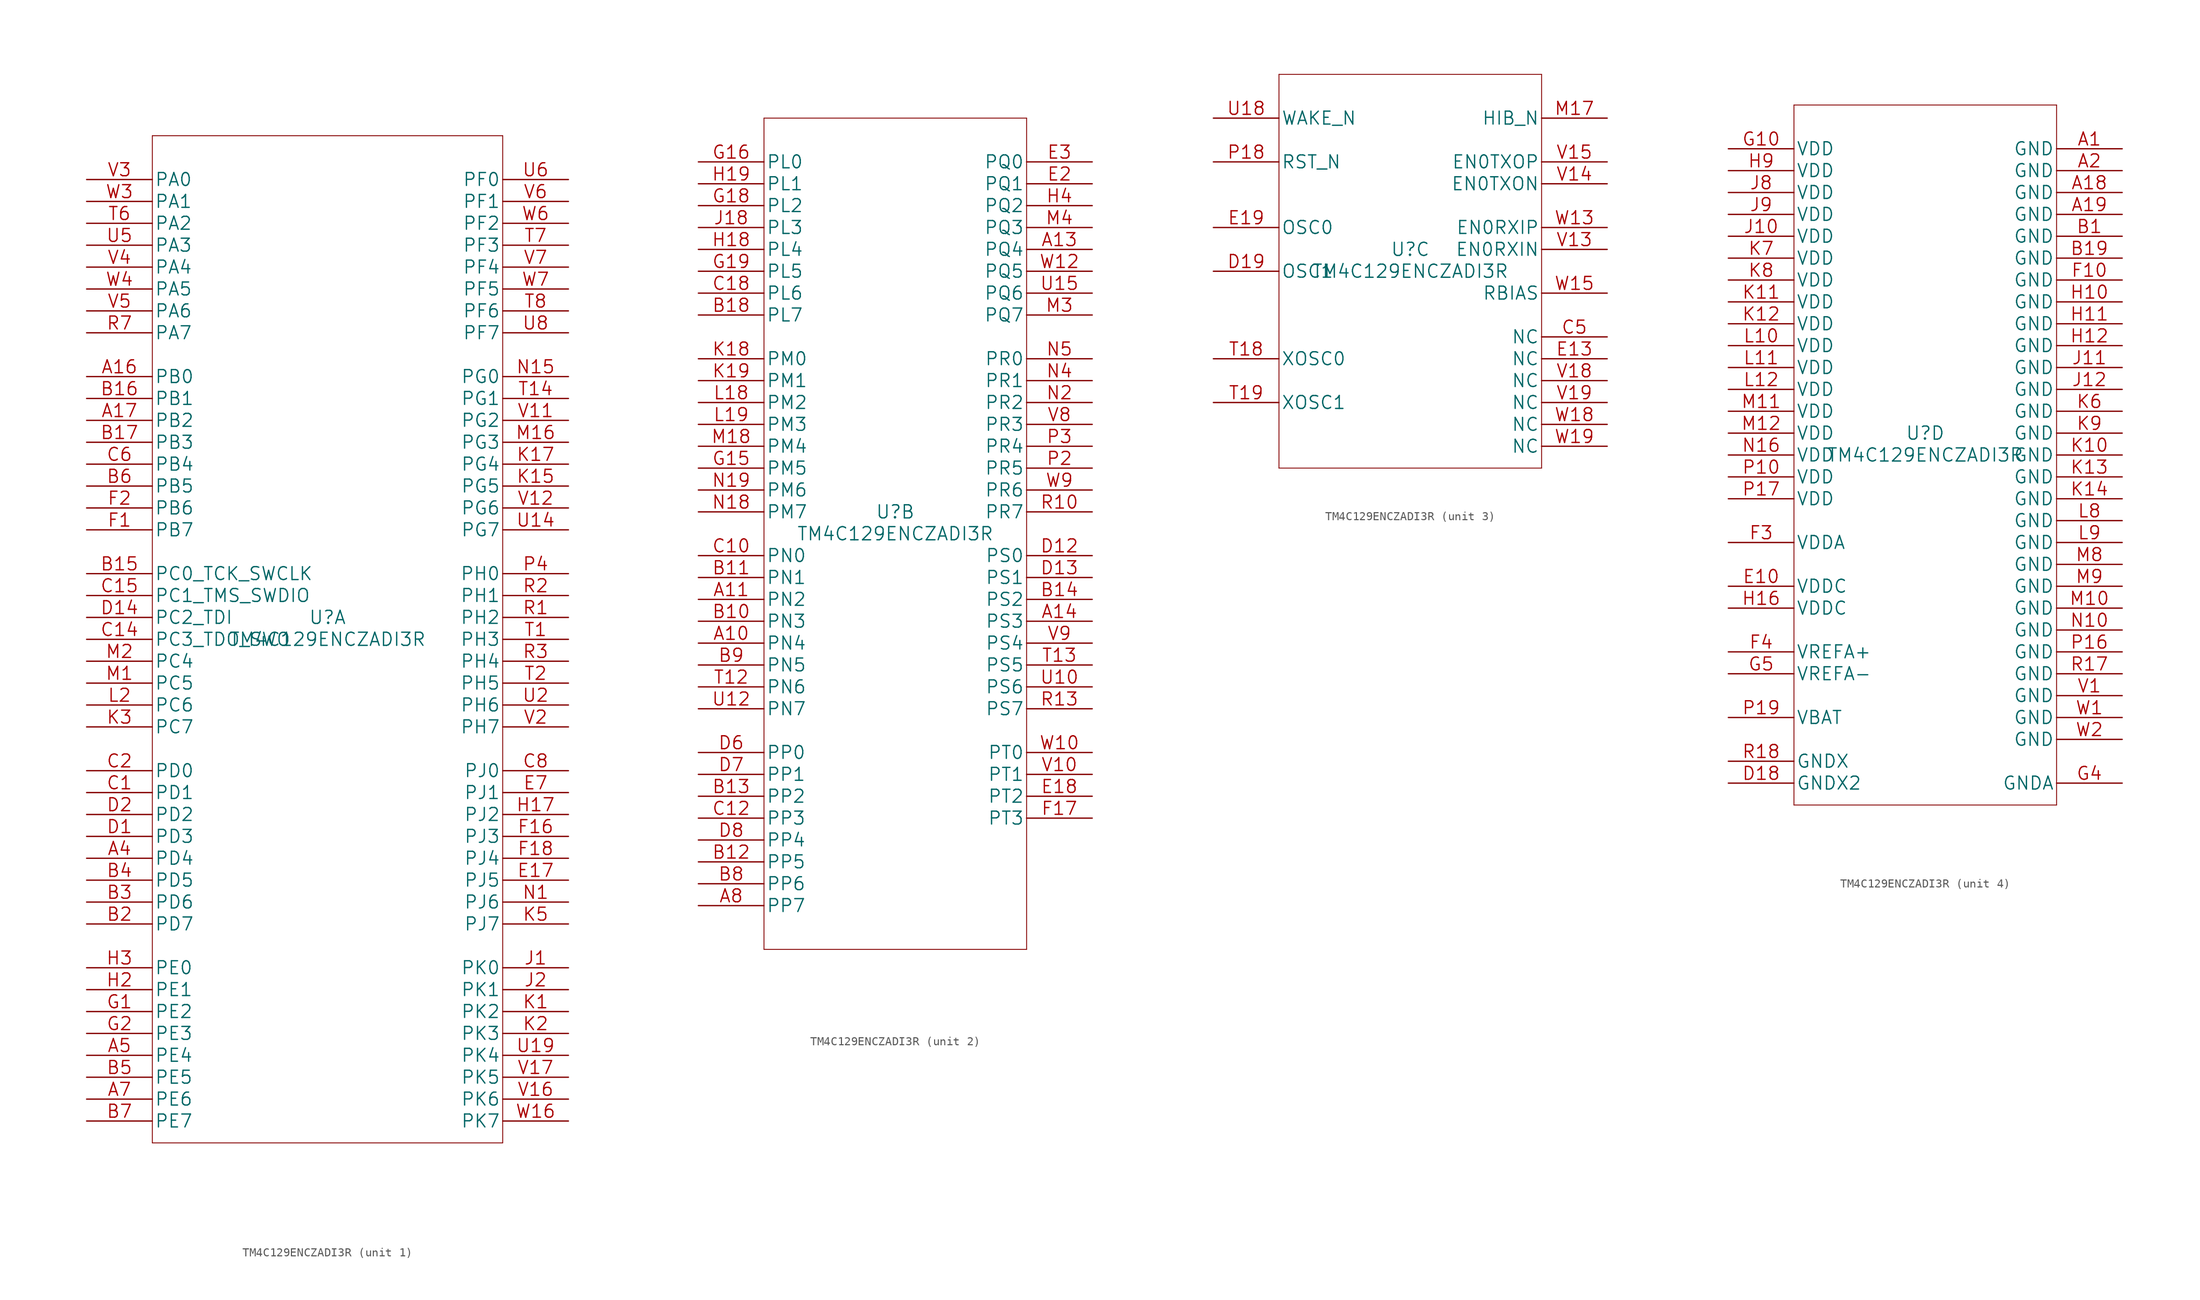
<source format=kicad_sym>
(kicad_symbol_lib
  (version 20201005)
  (generator kicad_symbol_editor)
  (symbol "TM4C129ENCZADI3R"
    (pin_names
      (offset 0.254))
    (property "Reference" "U"
      (at 0 2.54 0)
      (effects (font (size 1.524 1.524))))
    (property "Value" "TM4C129ENCZADI3R"
      (at 0 0 0)
      (effects (font (size 1.524 1.524))))
    (property "Datasheet" ""
      (at 0 0 0)
      (effects (font (size 1.524 1.524))))
    (symbol "TM4C129ENCZADI3R_1_1"
      (polyline (pts (xy -20.32 -58.42) (xy 20.32 -58.42)) (stroke (width 0.102)) (fill (type none)))
      (polyline (pts (xy -20.32 58.42) (xy -20.32 -58.42)) (stroke (width 0.102)) (fill (type none)))
      (polyline (pts (xy 20.32 -58.42) (xy 20.32 58.42)) (stroke (width 0.102)) (fill (type none)))
      (polyline (pts (xy 20.32 58.42) (xy -20.32 58.42)) (stroke (width 0.102)) (fill (type none)))
      (pin bidirectional line (at -27.94 30.48 0) (length 7.62) (name "PB0" (effects (font (size 1.499 1.499)))) (number "A16" (effects (font (size 1.499 1.499)))))
      (pin bidirectional line (at -27.94 25.4 0) (length 7.62) (name "PB2" (effects (font (size 1.499 1.499)))) (number "A17" (effects (font (size 1.499 1.499)))))
      (pin bidirectional line (at -27.94 -25.4 0) (length 7.62) (name "PD4" (effects (font (size 1.499 1.499)))) (number "A4" (effects (font (size 1.499 1.499)))))
      (pin bidirectional line (at -27.94 -48.26 0) (length 7.62) (name "PE4" (effects (font (size 1.499 1.499)))) (number "A5" (effects (font (size 1.499 1.499)))))
      (pin bidirectional line (at -27.94 -53.34 0) (length 7.62) (name "PE6" (effects (font (size 1.499 1.499)))) (number "A7" (effects (font (size 1.499 1.499)))))
      (pin bidirectional line (at -27.94 7.62 0) (length 7.62) (name "PC0_TCK_SWCLK" (effects (font (size 1.499 1.499)))) (number "B15" (effects (font (size 1.499 1.499)))))
      (pin bidirectional line (at -27.94 27.94 0) (length 7.62) (name "PB1" (effects (font (size 1.499 1.499)))) (number "B16" (effects (font (size 1.499 1.499)))))
      (pin bidirectional line (at -27.94 22.86 0) (length 7.62) (name "PB3" (effects (font (size 1.499 1.499)))) (number "B17" (effects (font (size 1.499 1.499)))))
      (pin bidirectional line (at -27.94 -33.02 0) (length 7.62) (name "PD7" (effects (font (size 1.499 1.499)))) (number "B2" (effects (font (size 1.499 1.499)))))
      (pin bidirectional line (at -27.94 -30.48 0) (length 7.62) (name "PD6" (effects (font (size 1.499 1.499)))) (number "B3" (effects (font (size 1.499 1.499)))))
      (pin bidirectional line (at -27.94 -27.94 0) (length 7.62) (name "PD5" (effects (font (size 1.499 1.499)))) (number "B4" (effects (font (size 1.499 1.499)))))
      (pin bidirectional line (at -27.94 -50.8 0) (length 7.62) (name "PE5" (effects (font (size 1.499 1.499)))) (number "B5" (effects (font (size 1.499 1.499)))))
      (pin bidirectional line (at -27.94 17.78 0) (length 7.62) (name "PB5" (effects (font (size 1.499 1.499)))) (number "B6" (effects (font (size 1.499 1.499)))))
      (pin bidirectional line (at -27.94 -55.88 0) (length 7.62) (name "PE7" (effects (font (size 1.499 1.499)))) (number "B7" (effects (font (size 1.499 1.499)))))
      (pin bidirectional line (at -27.94 -17.78 0) (length 7.62) (name "PD1" (effects (font (size 1.499 1.499)))) (number "C1" (effects (font (size 1.499 1.499)))))
      (pin bidirectional line (at -27.94 0 0) (length 7.62) (name "PC3_TDO_SWO" (effects (font (size 1.499 1.499)))) (number "C14" (effects (font (size 1.499 1.499)))))
      (pin bidirectional line (at -27.94 5.08 0) (length 7.62) (name "PC1_TMS_SWDIO" (effects (font (size 1.499 1.499)))) (number "C15" (effects (font (size 1.499 1.499)))))
      (pin bidirectional line (at -27.94 -15.24 0) (length 7.62) (name "PD0" (effects (font (size 1.499 1.499)))) (number "C2" (effects (font (size 1.499 1.499)))))
      (pin bidirectional line (at -27.94 20.32 0) (length 7.62) (name "PB4" (effects (font (size 1.499 1.499)))) (number "C6" (effects (font (size 1.499 1.499)))))
      (pin bidirectional line (at 27.94 -15.24 180) (length 7.62) (name "PJ0" (effects (font (size 1.499 1.499)))) (number "C8" (effects (font (size 1.499 1.499)))))
      (pin bidirectional line (at -27.94 -22.86 0) (length 7.62) (name "PD3" (effects (font (size 1.499 1.499)))) (number "D1" (effects (font (size 1.499 1.499)))))
      (pin bidirectional line (at -27.94 2.54 0) (length 7.62) (name "PC2_TDI" (effects (font (size 1.499 1.499)))) (number "D14" (effects (font (size 1.499 1.499)))))
      (pin bidirectional line (at -27.94 -20.32 0) (length 7.62) (name "PD2" (effects (font (size 1.499 1.499)))) (number "D2" (effects (font (size 1.499 1.499)))))
      (pin bidirectional line (at 27.94 -27.94 180) (length 7.62) (name "PJ5" (effects (font (size 1.499 1.499)))) (number "E17" (effects (font (size 1.499 1.499)))))
      (pin bidirectional line (at 27.94 -17.78 180) (length 7.62) (name "PJ1" (effects (font (size 1.499 1.499)))) (number "E7" (effects (font (size 1.499 1.499)))))
      (pin bidirectional line (at -27.94 12.7 0) (length 7.62) (name "PB7" (effects (font (size 1.499 1.499)))) (number "F1" (effects (font (size 1.499 1.499)))))
      (pin bidirectional line (at 27.94 -22.86 180) (length 7.62) (name "PJ3" (effects (font (size 1.499 1.499)))) (number "F16" (effects (font (size 1.499 1.499)))))
      (pin bidirectional line (at 27.94 -25.4 180) (length 7.62) (name "PJ4" (effects (font (size 1.499 1.499)))) (number "F18" (effects (font (size 1.499 1.499)))))
      (pin bidirectional line (at -27.94 15.24 0) (length 7.62) (name "PB6" (effects (font (size 1.499 1.499)))) (number "F2" (effects (font (size 1.499 1.499)))))
      (pin bidirectional line (at -27.94 -43.18 0) (length 7.62) (name "PE2" (effects (font (size 1.499 1.499)))) (number "G1" (effects (font (size 1.499 1.499)))))
      (pin bidirectional line (at -27.94 -45.72 0) (length 7.62) (name "PE3" (effects (font (size 1.499 1.499)))) (number "G2" (effects (font (size 1.499 1.499)))))
      (pin bidirectional line (at 27.94 -20.32 180) (length 7.62) (name "PJ2" (effects (font (size 1.499 1.499)))) (number "H17" (effects (font (size 1.499 1.499)))))
      (pin bidirectional line (at -27.94 -40.64 0) (length 7.62) (name "PE1" (effects (font (size 1.499 1.499)))) (number "H2" (effects (font (size 1.499 1.499)))))
      (pin bidirectional line (at -27.94 -38.1 0) (length 7.62) (name "PE0" (effects (font (size 1.499 1.499)))) (number "H3" (effects (font (size 1.499 1.499)))))
      (pin bidirectional line (at 27.94 -38.1 180) (length 7.62) (name "PK0" (effects (font (size 1.499 1.499)))) (number "J1" (effects (font (size 1.499 1.499)))))
      (pin bidirectional line (at 27.94 -40.64 180) (length 7.62) (name "PK1" (effects (font (size 1.499 1.499)))) (number "J2" (effects (font (size 1.499 1.499)))))
      (pin bidirectional line (at 27.94 -43.18 180) (length 7.62) (name "PK2" (effects (font (size 1.499 1.499)))) (number "K1" (effects (font (size 1.499 1.499)))))
      (pin bidirectional line (at 27.94 17.78 180) (length 7.62) (name "PG5" (effects (font (size 1.499 1.499)))) (number "K15" (effects (font (size 1.499 1.499)))))
      (pin bidirectional line (at 27.94 20.32 180) (length 7.62) (name "PG4" (effects (font (size 1.499 1.499)))) (number "K17" (effects (font (size 1.499 1.499)))))
      (pin bidirectional line (at 27.94 -45.72 180) (length 7.62) (name "PK3" (effects (font (size 1.499 1.499)))) (number "K2" (effects (font (size 1.499 1.499)))))
      (pin bidirectional line (at -27.94 -10.16 0) (length 7.62) (name "PC7" (effects (font (size 1.499 1.499)))) (number "K3" (effects (font (size 1.499 1.499)))))
      (pin bidirectional line (at 27.94 -33.02 180) (length 7.62) (name "PJ7" (effects (font (size 1.499 1.499)))) (number "K5" (effects (font (size 1.499 1.499)))))
      (pin bidirectional line (at -27.94 -7.62 0) (length 7.62) (name "PC6" (effects (font (size 1.499 1.499)))) (number "L2" (effects (font (size 1.499 1.499)))))
      (pin bidirectional line (at -27.94 -5.08 0) (length 7.62) (name "PC5" (effects (font (size 1.499 1.499)))) (number "M1" (effects (font (size 1.499 1.499)))))
      (pin bidirectional line (at 27.94 22.86 180) (length 7.62) (name "PG3" (effects (font (size 1.499 1.499)))) (number "M16" (effects (font (size 1.499 1.499)))))
      (pin bidirectional line (at -27.94 -2.54 0) (length 7.62) (name "PC4" (effects (font (size 1.499 1.499)))) (number "M2" (effects (font (size 1.499 1.499)))))
      (pin bidirectional line (at 27.94 -30.48 180) (length 7.62) (name "PJ6" (effects (font (size 1.499 1.499)))) (number "N1" (effects (font (size 1.499 1.499)))))
      (pin bidirectional line (at 27.94 30.48 180) (length 7.62) (name "PG0" (effects (font (size 1.499 1.499)))) (number "N15" (effects (font (size 1.499 1.499)))))
      (pin bidirectional line (at 27.94 7.62 180) (length 7.62) (name "PH0" (effects (font (size 1.499 1.499)))) (number "P4" (effects (font (size 1.499 1.499)))))
      (pin bidirectional line (at 27.94 2.54 180) (length 7.62) (name "PH2" (effects (font (size 1.499 1.499)))) (number "R1" (effects (font (size 1.499 1.499)))))
      (pin bidirectional line (at 27.94 5.08 180) (length 7.62) (name "PH1" (effects (font (size 1.499 1.499)))) (number "R2" (effects (font (size 1.499 1.499)))))
      (pin bidirectional line (at 27.94 -2.54 180) (length 7.62) (name "PH4" (effects (font (size 1.499 1.499)))) (number "R3" (effects (font (size 1.499 1.499)))))
      (pin bidirectional line (at -27.94 35.56 0) (length 7.62) (name "PA7" (effects (font (size 1.499 1.499)))) (number "R7" (effects (font (size 1.499 1.499)))))
      (pin bidirectional line (at 27.94 0 180) (length 7.62) (name "PH3" (effects (font (size 1.499 1.499)))) (number "T1" (effects (font (size 1.499 1.499)))))
      (pin bidirectional line (at 27.94 27.94 180) (length 7.62) (name "PG1" (effects (font (size 1.499 1.499)))) (number "T14" (effects (font (size 1.499 1.499)))))
      (pin bidirectional line (at 27.94 -5.08 180) (length 7.62) (name "PH5" (effects (font (size 1.499 1.499)))) (number "T2" (effects (font (size 1.499 1.499)))))
      (pin bidirectional line (at -27.94 48.26 0) (length 7.62) (name "PA2" (effects (font (size 1.499 1.499)))) (number "T6" (effects (font (size 1.499 1.499)))))
      (pin bidirectional line (at 27.94 45.72 180) (length 7.62) (name "PF3" (effects (font (size 1.499 1.499)))) (number "T7" (effects (font (size 1.499 1.499)))))
      (pin bidirectional line (at 27.94 38.1 180) (length 7.62) (name "PF6" (effects (font (size 1.499 1.499)))) (number "T8" (effects (font (size 1.499 1.499)))))
      (pin bidirectional line (at 27.94 12.7 180) (length 7.62) (name "PG7" (effects (font (size 1.499 1.499)))) (number "U14" (effects (font (size 1.499 1.499)))))
      (pin bidirectional line (at 27.94 -48.26 180) (length 7.62) (name "PK4" (effects (font (size 1.499 1.499)))) (number "U19" (effects (font (size 1.499 1.499)))))
      (pin bidirectional line (at 27.94 -7.62 180) (length 7.62) (name "PH6" (effects (font (size 1.499 1.499)))) (number "U2" (effects (font (size 1.499 1.499)))))
      (pin bidirectional line (at -27.94 45.72 0) (length 7.62) (name "PA3" (effects (font (size 1.499 1.499)))) (number "U5" (effects (font (size 1.499 1.499)))))
      (pin bidirectional line (at 27.94 53.34 180) (length 7.62) (name "PF0" (effects (font (size 1.499 1.499)))) (number "U6" (effects (font (size 1.499 1.499)))))
      (pin bidirectional line (at 27.94 35.56 180) (length 7.62) (name "PF7" (effects (font (size 1.499 1.499)))) (number "U8" (effects (font (size 1.499 1.499)))))
      (pin bidirectional line (at 27.94 25.4 180) (length 7.62) (name "PG2" (effects (font (size 1.499 1.499)))) (number "V11" (effects (font (size 1.499 1.499)))))
      (pin bidirectional line (at 27.94 15.24 180) (length 7.62) (name "PG6" (effects (font (size 1.499 1.499)))) (number "V12" (effects (font (size 1.499 1.499)))))
      (pin bidirectional line (at 27.94 -53.34 180) (length 7.62) (name "PK6" (effects (font (size 1.499 1.499)))) (number "V16" (effects (font (size 1.499 1.499)))))
      (pin bidirectional line (at 27.94 -50.8 180) (length 7.62) (name "PK5" (effects (font (size 1.499 1.499)))) (number "V17" (effects (font (size 1.499 1.499)))))
      (pin bidirectional line (at 27.94 -10.16 180) (length 7.62) (name "PH7" (effects (font (size 1.499 1.499)))) (number "V2" (effects (font (size 1.499 1.499)))))
      (pin bidirectional line (at -27.94 53.34 0) (length 7.62) (name "PA0" (effects (font (size 1.499 1.499)))) (number "V3" (effects (font (size 1.499 1.499)))))
      (pin bidirectional line (at -27.94 43.18 0) (length 7.62) (name "PA4" (effects (font (size 1.499 1.499)))) (number "V4" (effects (font (size 1.499 1.499)))))
      (pin bidirectional line (at -27.94 38.1 0) (length 7.62) (name "PA6" (effects (font (size 1.499 1.499)))) (number "V5" (effects (font (size 1.499 1.499)))))
      (pin bidirectional line (at 27.94 50.8 180) (length 7.62) (name "PF1" (effects (font (size 1.499 1.499)))) (number "V6" (effects (font (size 1.499 1.499)))))
      (pin bidirectional line (at 27.94 43.18 180) (length 7.62) (name "PF4" (effects (font (size 1.499 1.499)))) (number "V7" (effects (font (size 1.499 1.499)))))
      (pin bidirectional line (at 27.94 -55.88 180) (length 7.62) (name "PK7" (effects (font (size 1.499 1.499)))) (number "W16" (effects (font (size 1.499 1.499)))))
      (pin bidirectional line (at -27.94 50.8 0) (length 7.62) (name "PA1" (effects (font (size 1.499 1.499)))) (number "W3" (effects (font (size 1.499 1.499)))))
      (pin bidirectional line (at -27.94 40.64 0) (length 7.62) (name "PA5" (effects (font (size 1.499 1.499)))) (number "W4" (effects (font (size 1.499 1.499)))))
      (pin bidirectional line (at 27.94 48.26 180) (length 7.62) (name "PF2" (effects (font (size 1.499 1.499)))) (number "W6" (effects (font (size 1.499 1.499)))))
      (pin bidirectional line (at 27.94 40.64 180) (length 7.62) (name "PF5" (effects (font (size 1.499 1.499)))) (number "W7" (effects (font (size 1.499 1.499))))))
    (symbol "TM4C129ENCZADI3R_2_1"
      (polyline (pts (xy -15.24 -48.26) (xy 15.24 -48.26)) (stroke (width 0.102)) (fill (type none)))
      (polyline (pts (xy -15.24 48.26) (xy -15.24 -48.26)) (stroke (width 0.102)) (fill (type none)))
      (polyline (pts (xy 15.24 -48.26) (xy 15.24 48.26)) (stroke (width 0.102)) (fill (type none)))
      (polyline (pts (xy 15.24 48.26) (xy -15.24 48.26)) (stroke (width 0.102)) (fill (type none)))
      (pin bidirectional line (at -22.86 -12.7 0) (length 7.62) (name "PN4" (effects (font (size 1.499 1.499)))) (number "A10" (effects (font (size 1.499 1.499)))))
      (pin bidirectional line (at -22.86 -7.62 0) (length 7.62) (name "PN2" (effects (font (size 1.499 1.499)))) (number "A11" (effects (font (size 1.499 1.499)))))
      (pin bidirectional line (at 22.86 33.02 180) (length 7.62) (name "PQ4" (effects (font (size 1.499 1.499)))) (number "A13" (effects (font (size 1.499 1.499)))))
      (pin bidirectional line (at 22.86 -10.16 180) (length 7.62) (name "PS3" (effects (font (size 1.499 1.499)))) (number "A14" (effects (font (size 1.499 1.499)))))
      (pin bidirectional line (at -22.86 -43.18 0) (length 7.62) (name "PP7" (effects (font (size 1.499 1.499)))) (number "A8" (effects (font (size 1.499 1.499)))))
      (pin bidirectional line (at -22.86 -10.16 0) (length 7.62) (name "PN3" (effects (font (size 1.499 1.499)))) (number "B10" (effects (font (size 1.499 1.499)))))
      (pin bidirectional line (at -22.86 -5.08 0) (length 7.62) (name "PN1" (effects (font (size 1.499 1.499)))) (number "B11" (effects (font (size 1.499 1.499)))))
      (pin bidirectional line (at -22.86 -38.1 0) (length 7.62) (name "PP5" (effects (font (size 1.499 1.499)))) (number "B12" (effects (font (size 1.499 1.499)))))
      (pin bidirectional line (at -22.86 -30.48 0) (length 7.62) (name "PP2" (effects (font (size 1.499 1.499)))) (number "B13" (effects (font (size 1.499 1.499)))))
      (pin bidirectional line (at 22.86 -7.62 180) (length 7.62) (name "PS2" (effects (font (size 1.499 1.499)))) (number "B14" (effects (font (size 1.499 1.499)))))
      (pin bidirectional line (at -22.86 25.4 0) (length 7.62) (name "PL7" (effects (font (size 1.499 1.499)))) (number "B18" (effects (font (size 1.499 1.499)))))
      (pin bidirectional line (at -22.86 -40.64 0) (length 7.62) (name "PP6" (effects (font (size 1.499 1.499)))) (number "B8" (effects (font (size 1.499 1.499)))))
      (pin bidirectional line (at -22.86 -15.24 0) (length 7.62) (name "PN5" (effects (font (size 1.499 1.499)))) (number "B9" (effects (font (size 1.499 1.499)))))
      (pin bidirectional line (at -22.86 -2.54 0) (length 7.62) (name "PN0" (effects (font (size 1.499 1.499)))) (number "C10" (effects (font (size 1.499 1.499)))))
      (pin bidirectional line (at -22.86 -33.02 0) (length 7.62) (name "PP3" (effects (font (size 1.499 1.499)))) (number "C12" (effects (font (size 1.499 1.499)))))
      (pin bidirectional line (at -22.86 27.94 0) (length 7.62) (name "PL6" (effects (font (size 1.499 1.499)))) (number "C18" (effects (font (size 1.499 1.499)))))
      (pin bidirectional line (at 22.86 -2.54 180) (length 7.62) (name "PS0" (effects (font (size 1.499 1.499)))) (number "D12" (effects (font (size 1.499 1.499)))))
      (pin bidirectional line (at 22.86 -5.08 180) (length 7.62) (name "PS1" (effects (font (size 1.499 1.499)))) (number "D13" (effects (font (size 1.499 1.499)))))
      (pin bidirectional line (at -22.86 -25.4 0) (length 7.62) (name "PP0" (effects (font (size 1.499 1.499)))) (number "D6" (effects (font (size 1.499 1.499)))))
      (pin bidirectional line (at -22.86 -27.94 0) (length 7.62) (name "PP1" (effects (font (size 1.499 1.499)))) (number "D7" (effects (font (size 1.499 1.499)))))
      (pin bidirectional line (at -22.86 -35.56 0) (length 7.62) (name "PP4" (effects (font (size 1.499 1.499)))) (number "D8" (effects (font (size 1.499 1.499)))))
      (pin bidirectional line (at 22.86 -30.48 180) (length 7.62) (name "PT2" (effects (font (size 1.499 1.499)))) (number "E18" (effects (font (size 1.499 1.499)))))
      (pin bidirectional line (at 22.86 40.64 180) (length 7.62) (name "PQ1" (effects (font (size 1.499 1.499)))) (number "E2" (effects (font (size 1.499 1.499)))))
      (pin bidirectional line (at 22.86 43.18 180) (length 7.62) (name "PQ0" (effects (font (size 1.499 1.499)))) (number "E3" (effects (font (size 1.499 1.499)))))
      (pin bidirectional line (at 22.86 -33.02 180) (length 7.62) (name "PT3" (effects (font (size 1.499 1.499)))) (number "F17" (effects (font (size 1.499 1.499)))))
      (pin bidirectional line (at -22.86 7.62 0) (length 7.62) (name "PM5" (effects (font (size 1.499 1.499)))) (number "G15" (effects (font (size 1.499 1.499)))))
      (pin bidirectional line (at -22.86 43.18 0) (length 7.62) (name "PL0" (effects (font (size 1.499 1.499)))) (number "G16" (effects (font (size 1.499 1.499)))))
      (pin bidirectional line (at -22.86 38.1 0) (length 7.62) (name "PL2" (effects (font (size 1.499 1.499)))) (number "G18" (effects (font (size 1.499 1.499)))))
      (pin bidirectional line (at -22.86 30.48 0) (length 7.62) (name "PL5" (effects (font (size 1.499 1.499)))) (number "G19" (effects (font (size 1.499 1.499)))))
      (pin bidirectional line (at -22.86 33.02 0) (length 7.62) (name "PL4" (effects (font (size 1.499 1.499)))) (number "H18" (effects (font (size 1.499 1.499)))))
      (pin bidirectional line (at -22.86 40.64 0) (length 7.62) (name "PL1" (effects (font (size 1.499 1.499)))) (number "H19" (effects (font (size 1.499 1.499)))))
      (pin bidirectional line (at 22.86 38.1 180) (length 7.62) (name "PQ2" (effects (font (size 1.499 1.499)))) (number "H4" (effects (font (size 1.499 1.499)))))
      (pin bidirectional line (at -22.86 35.56 0) (length 7.62) (name "PL3" (effects (font (size 1.499 1.499)))) (number "J18" (effects (font (size 1.499 1.499)))))
      (pin bidirectional line (at -22.86 20.32 0) (length 7.62) (name "PM0" (effects (font (size 1.499 1.499)))) (number "K18" (effects (font (size 1.499 1.499)))))
      (pin bidirectional line (at -22.86 17.78 0) (length 7.62) (name "PM1" (effects (font (size 1.499 1.499)))) (number "K19" (effects (font (size 1.499 1.499)))))
      (pin bidirectional line (at -22.86 15.24 0) (length 7.62) (name "PM2" (effects (font (size 1.499 1.499)))) (number "L18" (effects (font (size 1.499 1.499)))))
      (pin bidirectional line (at -22.86 12.7 0) (length 7.62) (name "PM3" (effects (font (size 1.499 1.499)))) (number "L19" (effects (font (size 1.499 1.499)))))
      (pin bidirectional line (at -22.86 10.16 0) (length 7.62) (name "PM4" (effects (font (size 1.499 1.499)))) (number "M18" (effects (font (size 1.499 1.499)))))
      (pin bidirectional line (at 22.86 25.4 180) (length 7.62) (name "PQ7" (effects (font (size 1.499 1.499)))) (number "M3" (effects (font (size 1.499 1.499)))))
      (pin bidirectional line (at 22.86 35.56 180) (length 7.62) (name "PQ3" (effects (font (size 1.499 1.499)))) (number "M4" (effects (font (size 1.499 1.499)))))
      (pin bidirectional line (at -22.86 2.54 0) (length 7.62) (name "PM7" (effects (font (size 1.499 1.499)))) (number "N18" (effects (font (size 1.499 1.499)))))
      (pin bidirectional line (at -22.86 5.08 0) (length 7.62) (name "PM6" (effects (font (size 1.499 1.499)))) (number "N19" (effects (font (size 1.499 1.499)))))
      (pin bidirectional line (at 22.86 15.24 180) (length 7.62) (name "PR2" (effects (font (size 1.499 1.499)))) (number "N2" (effects (font (size 1.499 1.499)))))
      (pin bidirectional line (at 22.86 17.78 180) (length 7.62) (name "PR1" (effects (font (size 1.499 1.499)))) (number "N4" (effects (font (size 1.499 1.499)))))
      (pin bidirectional line (at 22.86 20.32 180) (length 7.62) (name "PR0" (effects (font (size 1.499 1.499)))) (number "N5" (effects (font (size 1.499 1.499)))))
      (pin bidirectional line (at 22.86 7.62 180) (length 7.62) (name "PR5" (effects (font (size 1.499 1.499)))) (number "P2" (effects (font (size 1.499 1.499)))))
      (pin bidirectional line (at 22.86 10.16 180) (length 7.62) (name "PR4" (effects (font (size 1.499 1.499)))) (number "P3" (effects (font (size 1.499 1.499)))))
      (pin bidirectional line (at 22.86 2.54 180) (length 7.62) (name "PR7" (effects (font (size 1.499 1.499)))) (number "R10" (effects (font (size 1.499 1.499)))))
      (pin bidirectional line (at 22.86 -20.32 180) (length 7.62) (name "PS7" (effects (font (size 1.499 1.499)))) (number "R13" (effects (font (size 1.499 1.499)))))
      (pin bidirectional line (at -22.86 -17.78 0) (length 7.62) (name "PN6" (effects (font (size 1.499 1.499)))) (number "T12" (effects (font (size 1.499 1.499)))))
      (pin bidirectional line (at 22.86 -15.24 180) (length 7.62) (name "PS5" (effects (font (size 1.499 1.499)))) (number "T13" (effects (font (size 1.499 1.499)))))
      (pin bidirectional line (at 22.86 -17.78 180) (length 7.62) (name "PS6" (effects (font (size 1.499 1.499)))) (number "U10" (effects (font (size 1.499 1.499)))))
      (pin bidirectional line (at -22.86 -20.32 0) (length 7.62) (name "PN7" (effects (font (size 1.499 1.499)))) (number "U12" (effects (font (size 1.499 1.499)))))
      (pin bidirectional line (at 22.86 27.94 180) (length 7.62) (name "PQ6" (effects (font (size 1.499 1.499)))) (number "U15" (effects (font (size 1.499 1.499)))))
      (pin bidirectional line (at 22.86 -27.94 180) (length 7.62) (name "PT1" (effects (font (size 1.499 1.499)))) (number "V10" (effects (font (size 1.499 1.499)))))
      (pin bidirectional line (at 22.86 12.7 180) (length 7.62) (name "PR3" (effects (font (size 1.499 1.499)))) (number "V8" (effects (font (size 1.499 1.499)))))
      (pin bidirectional line (at 22.86 -12.7 180) (length 7.62) (name "PS4" (effects (font (size 1.499 1.499)))) (number "V9" (effects (font (size 1.499 1.499)))))
      (pin bidirectional line (at 22.86 -25.4 180) (length 7.62) (name "PT0" (effects (font (size 1.499 1.499)))) (number "W10" (effects (font (size 1.499 1.499)))))
      (pin bidirectional line (at 22.86 30.48 180) (length 7.62) (name "PQ5" (effects (font (size 1.499 1.499)))) (number "W12" (effects (font (size 1.499 1.499)))))
      (pin bidirectional line (at 22.86 5.08 180) (length 7.62) (name "PR6" (effects (font (size 1.499 1.499)))) (number "W9" (effects (font (size 1.499 1.499))))))
    (symbol "TM4C129ENCZADI3R_3_1"
      (polyline (pts (xy -15.24 -22.86) (xy 15.24 -22.86)) (stroke (width 0.102)) (fill (type none)))
      (polyline (pts (xy -15.24 22.86) (xy -15.24 -22.86)) (stroke (width 0.102)) (fill (type none)))
      (polyline (pts (xy 15.24 -22.86) (xy 15.24 22.86)) (stroke (width 0.102)) (fill (type none)))
      (polyline (pts (xy 15.24 22.86) (xy -15.24 22.86)) (stroke (width 0.102)) (fill (type none)))
      (pin unspecified line (at 22.86 -7.62 180) (length 7.62) (name "NC" (effects (font (size 1.499 1.499)))) (number "C5" (effects (font (size 1.499 1.499)))))
      (pin unspecified line (at -22.86 0 0) (length 7.62) (name "OSC1" (effects (font (size 1.499 1.499)))) (number "D19" (effects (font (size 1.499 1.499)))))
      (pin unspecified line (at 22.86 -10.16 180) (length 7.62) (name "NC" (effects (font (size 1.499 1.499)))) (number "E13" (effects (font (size 1.499 1.499)))))
      (pin input line (at -22.86 5.08 0) (length 7.62) (name "OSC0" (effects (font (size 1.499 1.499)))) (number "E19" (effects (font (size 1.499 1.499)))))
      (pin output line (at 22.86 17.78 180) (length 7.62) (name "HIB_N" (effects (font (size 1.499 1.499)))) (number "M17" (effects (font (size 1.499 1.499)))))
      (pin input line (at -22.86 12.7 0) (length 7.62) (name "RST_N" (effects (font (size 1.499 1.499)))) (number "P18" (effects (font (size 1.499 1.499)))))
      (pin input line (at -22.86 -10.16 0) (length 7.62) (name "XOSC0" (effects (font (size 1.499 1.499)))) (number "T18" (effects (font (size 1.499 1.499)))))
      (pin unspecified line (at -22.86 -15.24 0) (length 7.62) (name "XOSC1" (effects (font (size 1.499 1.499)))) (number "T19" (effects (font (size 1.499 1.499)))))
      (pin input line (at -22.86 17.78 0) (length 7.62) (name "WAKE_N" (effects (font (size 1.499 1.499)))) (number "U18" (effects (font (size 1.499 1.499)))))
      (pin bidirectional line (at 22.86 2.54 180) (length 7.62) (name "EN0RXIN" (effects (font (size 1.499 1.499)))) (number "V13" (effects (font (size 1.499 1.499)))))
      (pin bidirectional line (at 22.86 10.16 180) (length 7.62) (name "EN0TXON" (effects (font (size 1.499 1.499)))) (number "V14" (effects (font (size 1.499 1.499)))))
      (pin bidirectional line (at 22.86 12.7 180) (length 7.62) (name "EN0TXOP" (effects (font (size 1.499 1.499)))) (number "V15" (effects (font (size 1.499 1.499)))))
      (pin unspecified line (at 22.86 -12.7 180) (length 7.62) (name "NC" (effects (font (size 1.499 1.499)))) (number "V18" (effects (font (size 1.499 1.499)))))
      (pin unspecified line (at 22.86 -15.24 180) (length 7.62) (name "NC" (effects (font (size 1.499 1.499)))) (number "V19" (effects (font (size 1.499 1.499)))))
      (pin bidirectional line (at 22.86 5.08 180) (length 7.62) (name "EN0RXIP" (effects (font (size 1.499 1.499)))) (number "W13" (effects (font (size 1.499 1.499)))))
      (pin output line (at 22.86 -2.54 180) (length 7.62) (name "RBIAS" (effects (font (size 1.499 1.499)))) (number "W15" (effects (font (size 1.499 1.499)))))
      (pin unspecified line (at 22.86 -17.78 180) (length 7.62) (name "NC" (effects (font (size 1.499 1.499)))) (number "W18" (effects (font (size 1.499 1.499)))))
      (pin unspecified line (at 22.86 -20.32 180) (length 7.62) (name "NC" (effects (font (size 1.499 1.499)))) (number "W19" (effects (font (size 1.499 1.499))))))
    (symbol "TM4C129ENCZADI3R_4_1"
      (polyline (pts (xy -15.24 -40.64) (xy 15.24 -40.64)) (stroke (width 0.102)) (fill (type none)))
      (polyline (pts (xy -15.24 40.64) (xy -15.24 -40.64)) (stroke (width 0.102)) (fill (type none)))
      (polyline (pts (xy 15.24 -40.64) (xy 15.24 40.64)) (stroke (width 0.102)) (fill (type none)))
      (polyline (pts (xy 15.24 40.64) (xy -15.24 40.64)) (stroke (width 0.102)) (fill (type none)))
      (pin power_in line (at 22.86 35.56 180) (length 7.62) (name "GND" (effects (font (size 1.499 1.499)))) (number "A1" (effects (font (size 1.499 1.499)))))
      (pin power_in line (at 22.86 30.48 180) (length 7.62) (name "GND" (effects (font (size 1.499 1.499)))) (number "A18" (effects (font (size 1.499 1.499)))))
      (pin power_in line (at 22.86 27.94 180) (length 7.62) (name "GND" (effects (font (size 1.499 1.499)))) (number "A19" (effects (font (size 1.499 1.499)))))
      (pin power_in line (at 22.86 33.02 180) (length 7.62) (name "GND" (effects (font (size 1.499 1.499)))) (number "A2" (effects (font (size 1.499 1.499)))))
      (pin power_in line (at 22.86 25.4 180) (length 7.62) (name "GND" (effects (font (size 1.499 1.499)))) (number "B1" (effects (font (size 1.499 1.499)))))
      (pin power_in line (at 22.86 22.86 180) (length 7.62) (name "GND" (effects (font (size 1.499 1.499)))) (number "B19" (effects (font (size 1.499 1.499)))))
      (pin power_in line (at -22.86 -38.1 0) (length 7.62) (name "GNDX2" (effects (font (size 1.499 1.499)))) (number "D18" (effects (font (size 1.499 1.499)))))
      (pin power_in line (at -22.86 -15.24 0) (length 7.62) (name "VDDC" (effects (font (size 1.499 1.499)))) (number "E10" (effects (font (size 1.499 1.499)))))
      (pin power_in line (at 22.86 20.32 180) (length 7.62) (name "GND" (effects (font (size 1.499 1.499)))) (number "F10" (effects (font (size 1.499 1.499)))))
      (pin power_in line (at -22.86 -10.16 0) (length 7.62) (name "VDDA" (effects (font (size 1.499 1.499)))) (number "F3" (effects (font (size 1.499 1.499)))))
      (pin power_in line (at -22.86 -22.86 0) (length 7.62) (name "VREFA+" (effects (font (size 1.499 1.499)))) (number "F4" (effects (font (size 1.499 1.499)))))
      (pin power_in line (at -22.86 35.56 0) (length 7.62) (name "VDD" (effects (font (size 1.499 1.499)))) (number "G10" (effects (font (size 1.499 1.499)))))
      (pin power_in line (at 22.86 -38.1 180) (length 7.62) (name "GNDA" (effects (font (size 1.499 1.499)))) (number "G4" (effects (font (size 1.499 1.499)))))
      (pin power_in line (at -22.86 -25.4 0) (length 7.62) (name "VREFA-" (effects (font (size 1.499 1.499)))) (number "G5" (effects (font (size 1.499 1.499)))))
      (pin power_in line (at 22.86 17.78 180) (length 7.62) (name "GND" (effects (font (size 1.499 1.499)))) (number "H10" (effects (font (size 1.499 1.499)))))
      (pin power_in line (at 22.86 15.24 180) (length 7.62) (name "GND" (effects (font (size 1.499 1.499)))) (number "H11" (effects (font (size 1.499 1.499)))))
      (pin power_in line (at 22.86 12.7 180) (length 7.62) (name "GND" (effects (font (size 1.499 1.499)))) (number "H12" (effects (font (size 1.499 1.499)))))
      (pin power_in line (at -22.86 -17.78 0) (length 7.62) (name "VDDC" (effects (font (size 1.499 1.499)))) (number "H16" (effects (font (size 1.499 1.499)))))
      (pin power_in line (at -22.86 33.02 0) (length 7.62) (name "VDD" (effects (font (size 1.499 1.499)))) (number "H9" (effects (font (size 1.499 1.499)))))
      (pin power_in line (at -22.86 25.4 0) (length 7.62) (name "VDD" (effects (font (size 1.499 1.499)))) (number "J10" (effects (font (size 1.499 1.499)))))
      (pin power_in line (at 22.86 10.16 180) (length 7.62) (name "GND" (effects (font (size 1.499 1.499)))) (number "J11" (effects (font (size 1.499 1.499)))))
      (pin power_in line (at 22.86 7.62 180) (length 7.62) (name "GND" (effects (font (size 1.499 1.499)))) (number "J12" (effects (font (size 1.499 1.499)))))
      (pin power_in line (at -22.86 30.48 0) (length 7.62) (name "VDD" (effects (font (size 1.499 1.499)))) (number "J8" (effects (font (size 1.499 1.499)))))
      (pin power_in line (at -22.86 27.94 0) (length 7.62) (name "VDD" (effects (font (size 1.499 1.499)))) (number "J9" (effects (font (size 1.499 1.499)))))
      (pin power_in line (at 22.86 0 180) (length 7.62) (name "GND" (effects (font (size 1.499 1.499)))) (number "K10" (effects (font (size 1.499 1.499)))))
      (pin power_in line (at -22.86 17.78 0) (length 7.62) (name "VDD" (effects (font (size 1.499 1.499)))) (number "K11" (effects (font (size 1.499 1.499)))))
      (pin power_in line (at -22.86 15.24 0) (length 7.62) (name "VDD" (effects (font (size 1.499 1.499)))) (number "K12" (effects (font (size 1.499 1.499)))))
      (pin power_in line (at 22.86 -2.54 180) (length 7.62) (name "GND" (effects (font (size 1.499 1.499)))) (number "K13" (effects (font (size 1.499 1.499)))))
      (pin power_in line (at 22.86 -5.08 180) (length 7.62) (name "GND" (effects (font (size 1.499 1.499)))) (number "K14" (effects (font (size 1.499 1.499)))))
      (pin power_in line (at 22.86 5.08 180) (length 7.62) (name "GND" (effects (font (size 1.499 1.499)))) (number "K6" (effects (font (size 1.499 1.499)))))
      (pin power_in line (at -22.86 22.86 0) (length 7.62) (name "VDD" (effects (font (size 1.499 1.499)))) (number "K7" (effects (font (size 1.499 1.499)))))
      (pin power_in line (at -22.86 20.32 0) (length 7.62) (name "VDD" (effects (font (size 1.499 1.499)))) (number "K8" (effects (font (size 1.499 1.499)))))
      (pin power_in line (at 22.86 2.54 180) (length 7.62) (name "GND" (effects (font (size 1.499 1.499)))) (number "K9" (effects (font (size 1.499 1.499)))))
      (pin power_in line (at -22.86 12.7 0) (length 7.62) (name "VDD" (effects (font (size 1.499 1.499)))) (number "L10" (effects (font (size 1.499 1.499)))))
      (pin power_in line (at -22.86 10.16 0) (length 7.62) (name "VDD" (effects (font (size 1.499 1.499)))) (number "L11" (effects (font (size 1.499 1.499)))))
      (pin power_in line (at -22.86 7.62 0) (length 7.62) (name "VDD" (effects (font (size 1.499 1.499)))) (number "L12" (effects (font (size 1.499 1.499)))))
      (pin power_in line (at 22.86 -7.62 180) (length 7.62) (name "GND" (effects (font (size 1.499 1.499)))) (number "L8" (effects (font (size 1.499 1.499)))))
      (pin power_in line (at 22.86 -10.16 180) (length 7.62) (name "GND" (effects (font (size 1.499 1.499)))) (number "L9" (effects (font (size 1.499 1.499)))))
      (pin power_in line (at 22.86 -17.78 180) (length 7.62) (name "GND" (effects (font (size 1.499 1.499)))) (number "M10" (effects (font (size 1.499 1.499)))))
      (pin power_in line (at -22.86 5.08 0) (length 7.62) (name "VDD" (effects (font (size 1.499 1.499)))) (number "M11" (effects (font (size 1.499 1.499)))))
      (pin power_in line (at -22.86 2.54 0) (length 7.62) (name "VDD" (effects (font (size 1.499 1.499)))) (number "M12" (effects (font (size 1.499 1.499)))))
      (pin power_in line (at 22.86 -12.7 180) (length 7.62) (name "GND" (effects (font (size 1.499 1.499)))) (number "M8" (effects (font (size 1.499 1.499)))))
      (pin power_in line (at 22.86 -15.24 180) (length 7.62) (name "GND" (effects (font (size 1.499 1.499)))) (number "M9" (effects (font (size 1.499 1.499)))))
      (pin power_in line (at 22.86 -20.32 180) (length 7.62) (name "GND" (effects (font (size 1.499 1.499)))) (number "N10" (effects (font (size 1.499 1.499)))))
      (pin power_in line (at -22.86 0 0) (length 7.62) (name "VDD" (effects (font (size 1.499 1.499)))) (number "N16" (effects (font (size 1.499 1.499)))))
      (pin power_in line (at -22.86 -2.54 0) (length 7.62) (name "VDD" (effects (font (size 1.499 1.499)))) (number "P10" (effects (font (size 1.499 1.499)))))
      (pin power_in line (at 22.86 -22.86 180) (length 7.62) (name "GND" (effects (font (size 1.499 1.499)))) (number "P16" (effects (font (size 1.499 1.499)))))
      (pin power_in line (at -22.86 -5.08 0) (length 7.62) (name "VDD" (effects (font (size 1.499 1.499)))) (number "P17" (effects (font (size 1.499 1.499)))))
      (pin power_in line (at -22.86 -30.48 0) (length 7.62) (name "VBAT" (effects (font (size 1.499 1.499)))) (number "P19" (effects (font (size 1.499 1.499)))))
      (pin power_in line (at 22.86 -25.4 180) (length 7.62) (name "GND" (effects (font (size 1.499 1.499)))) (number "R17" (effects (font (size 1.499 1.499)))))
      (pin power_in line (at -22.86 -35.56 0) (length 7.62) (name "GNDX" (effects (font (size 1.499 1.499)))) (number "R18" (effects (font (size 1.499 1.499)))))
      (pin power_in line (at 22.86 -27.94 180) (length 7.62) (name "GND" (effects (font (size 1.499 1.499)))) (number "V1" (effects (font (size 1.499 1.499)))))
      (pin power_in line (at 22.86 -30.48 180) (length 7.62) (name "GND" (effects (font (size 1.499 1.499)))) (number "W1" (effects (font (size 1.499 1.499)))))
      (pin power_in line (at 22.86 -33.02 180) (length 7.62) (name "GND" (effects (font (size 1.499 1.499)))) (number "W2" (effects (font (size 1.499 1.499))))))))
</source>
